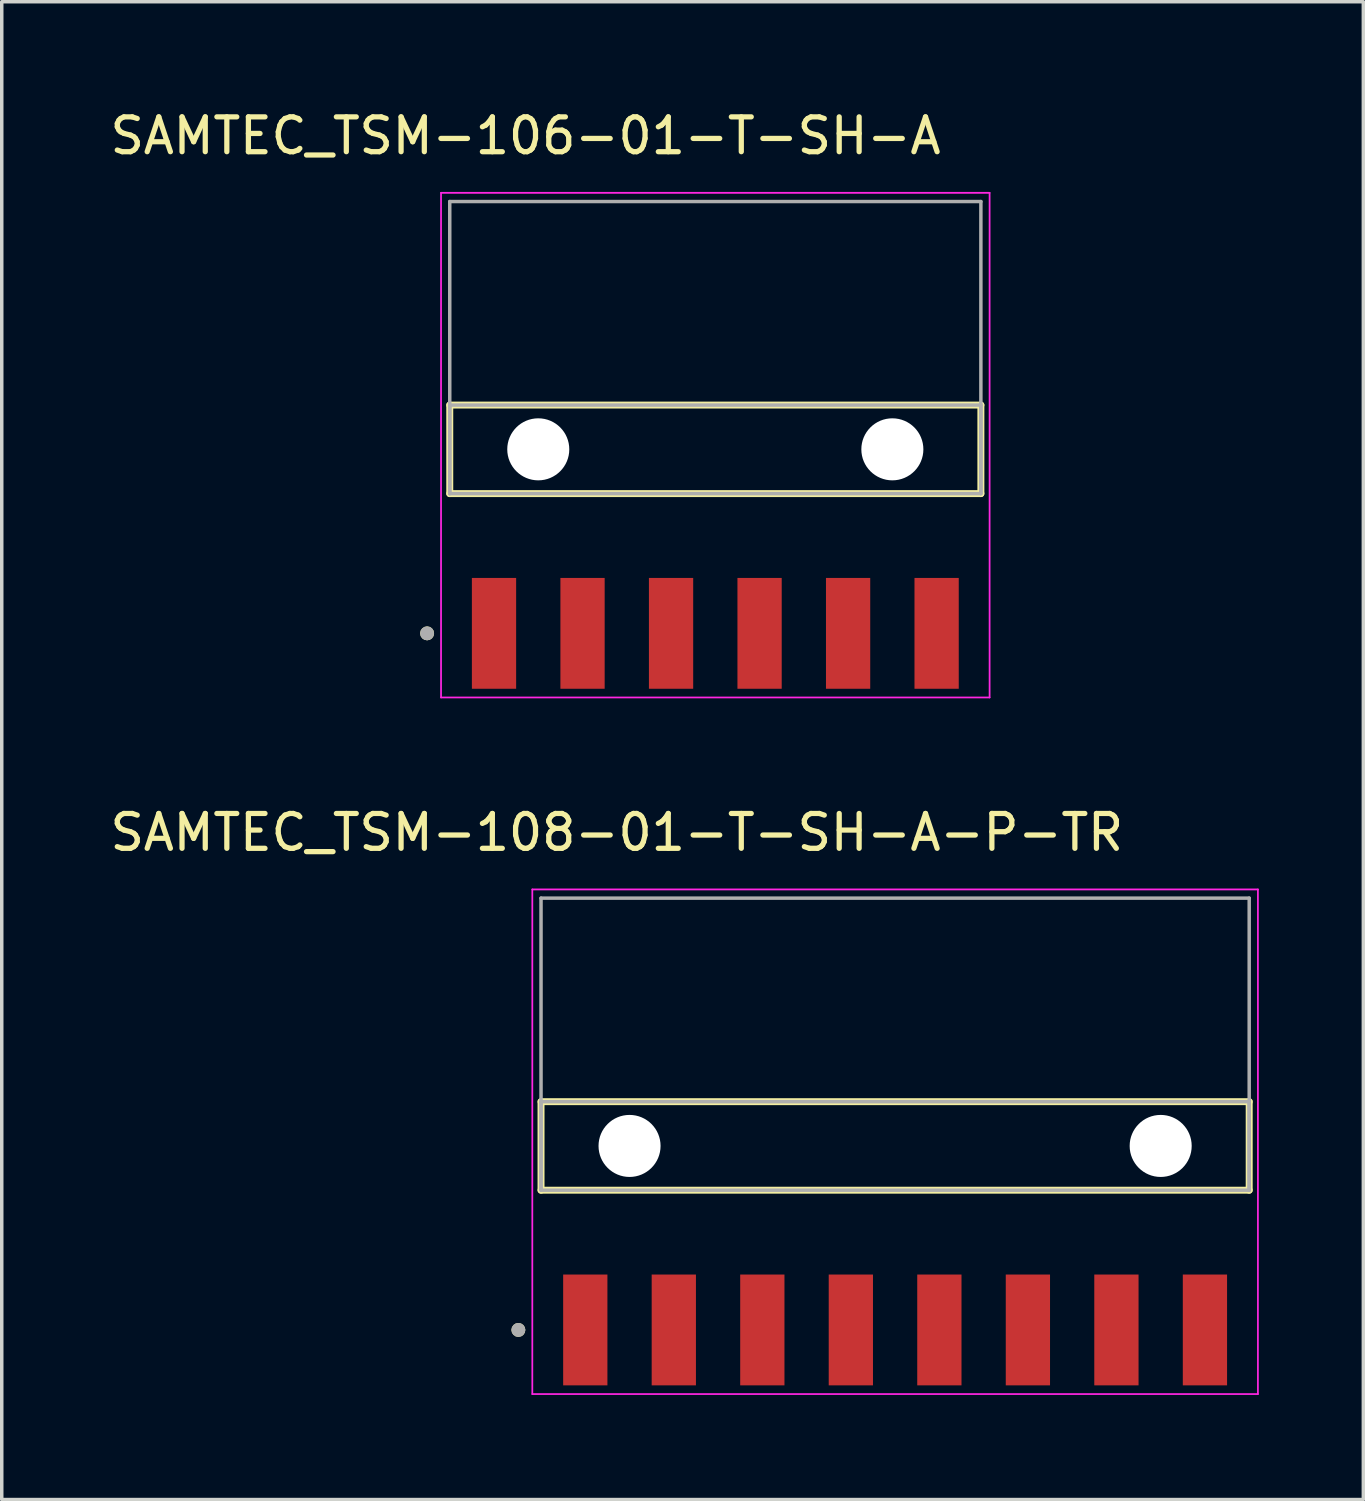
<source format=kicad_pcb>
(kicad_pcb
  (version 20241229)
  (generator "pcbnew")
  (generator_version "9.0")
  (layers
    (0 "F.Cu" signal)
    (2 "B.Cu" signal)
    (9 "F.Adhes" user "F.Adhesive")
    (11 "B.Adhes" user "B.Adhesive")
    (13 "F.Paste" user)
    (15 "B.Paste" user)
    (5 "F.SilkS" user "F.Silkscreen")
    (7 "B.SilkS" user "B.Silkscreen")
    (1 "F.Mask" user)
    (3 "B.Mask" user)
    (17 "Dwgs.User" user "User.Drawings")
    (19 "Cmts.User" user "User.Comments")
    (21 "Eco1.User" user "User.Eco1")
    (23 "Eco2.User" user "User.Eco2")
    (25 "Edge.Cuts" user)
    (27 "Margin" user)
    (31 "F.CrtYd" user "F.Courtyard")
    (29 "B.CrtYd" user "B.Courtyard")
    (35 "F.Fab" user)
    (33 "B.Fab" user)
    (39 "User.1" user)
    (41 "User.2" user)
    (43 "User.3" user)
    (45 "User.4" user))
  (footprint "SAMTEC_TSM-108-01-T-SH-A-P-TR"
    (layer "F.Cu")
    (at 22.634 29.831)
    (property "Reference" "SAMTEC_TSM-108-01-T-SH-A-P-TR" (at -7.985 -8.995 0) (layer "F.SilkS") (effects (font (size 1 1) (thickness 0.15))))
    (attr smd)
    (fp_line (start -10.16 1.27) (end -10.16 -1.27) (stroke (width 0.2) (type solid)) (layer "F.SilkS"))
    (fp_line (start 10.16 -1.27) (end -10.16 -1.27) (stroke (width 0.2) (type solid)) (layer "F.SilkS"))
    (fp_line (start 10.16 -1.27) (end 10.16 1.27) (stroke (width 0.2) (type solid)) (layer "F.SilkS"))
    (fp_line (start 10.16 1.27) (end -10.16 1.27) (stroke (width 0.2) (type solid)) (layer "F.SilkS"))
    (fp_circle (center -10.81 5.28) (end -10.71 5.28) (stroke (width 0.2) (type solid)) (fill no) (layer "F.SilkS"))
    (fp_line (start -10.41 -7.36) (end 10.41 -7.36) (stroke (width 0.05) (type solid)) (layer "F.CrtYd"))
    (fp_line (start -10.41 7.12) (end -10.41 -7.36) (stroke (width 0.05) (type solid)) (layer "F.CrtYd"))
    (fp_line (start 10.41 -7.36) (end 10.41 7.12) (stroke (width 0.05) (type solid)) (layer "F.CrtYd"))
    (fp_line (start 10.41 7.12) (end -10.41 7.12) (stroke (width 0.05) (type solid)) (layer "F.CrtYd"))
    (fp_line (start -10.16 -7.11) (end 10.16 -7.11) (stroke (width 0.1) (type solid)) (layer "F.Fab"))
    (fp_line (start -10.16 -1.27) (end 10.16 -1.27) (stroke (width 0.1) (type solid)) (layer "F.Fab"))
    (fp_line (start -10.16 1.27) (end -10.16 -7.11) (stroke (width 0.1) (type solid)) (layer "F.Fab"))
    (fp_line (start -10.16 1.27) (end -10.16 -1.27) (stroke (width 0.1) (type solid)) (layer "F.Fab"))
    (fp_line (start 10.16 -7.11) (end 10.16 1.27) (stroke (width 0.1) (type solid)) (layer "F.Fab"))
    (fp_line (start 10.16 -1.27) (end 10.16 1.27) (stroke (width 0.1) (type solid)) (layer "F.Fab"))
    (fp_line (start 10.16 1.27) (end -10.16 1.27) (stroke (width 0.1) (type solid)) (layer "F.Fab"))
    (fp_circle (center -10.81 5.28) (end -10.71 5.28) (stroke (width 0.2) (type solid)) (fill no) (layer "F.Fab"))
    (pad "" np_thru_hole circle (at -7.62 0) (size 1.78 1.78) (drill 1.78) (layers "*.Cu" "*.Mask"))
    (pad "" np_thru_hole circle (at 7.62 0) (size 1.78 1.78) (drill 1.78) (layers "*.Cu" "*.Mask"))
    (pad "1" smd rect (at -8.89 5.28) (size 1.27 3.18) (layers "F.Cu" "F.Mask" "F.Paste"))
    (pad "2" smd rect (at -6.35 5.28) (size 1.27 3.18) (layers "F.Cu" "F.Mask" "F.Paste"))
    (pad "3" smd rect (at -3.81 5.28) (size 1.27 3.18) (layers "F.Cu" "F.Mask" "F.Paste"))
    (pad "4" smd rect (at -1.27 5.28) (size 1.27 3.18) (layers "F.Cu" "F.Mask" "F.Paste"))
    (pad "5" smd rect (at 1.27 5.28) (size 1.27 3.18) (layers "F.Cu" "F.Mask" "F.Paste"))
    (pad "6" smd rect (at 3.81 5.28) (size 1.27 3.18) (layers "F.Cu" "F.Mask" "F.Paste"))
    (pad "7" smd rect (at 6.35 5.28) (size 1.27 3.18) (layers "F.Cu" "F.Mask" "F.Paste"))
    (pad "8" smd rect (at 8.89 5.28) (size 1.27 3.18) (layers "F.Cu" "F.Mask" "F.Paste")))
  (footprint "SAMTEC_TSM-106-01-T-SH-A"
    (layer "F.Cu")
    (at 17.475 9.843)
    (property "Reference" "SAMTEC_TSM-106-01-T-SH-A" (at -5.445 -8.995 0) (layer "F.SilkS") (effects (font (size 1 1) (thickness 0.15))))
    (attr through_hole)
    (fp_line (start -7.62 1.27) (end -7.62 -1.27) (stroke (width 0.2) (type solid)) (layer "F.SilkS"))
    (fp_line (start 7.62 -1.27) (end -7.62 -1.27) (stroke (width 0.2) (type solid)) (layer "F.SilkS"))
    (fp_line (start 7.62 -1.27) (end 7.62 1.27) (stroke (width 0.2) (type solid)) (layer "F.SilkS"))
    (fp_line (start 7.62 1.27) (end -7.62 1.27) (stroke (width 0.2) (type solid)) (layer "F.SilkS"))
    (fp_circle (center -8.27 5.28) (end -8.17 5.28) (stroke (width 0.2) (type solid)) (fill no) (layer "F.SilkS"))
    (fp_line (start -7.87 -7.36) (end 7.87 -7.36) (stroke (width 0.05) (type solid)) (layer "F.CrtYd"))
    (fp_line (start -7.87 7.12) (end -7.87 -7.36) (stroke (width 0.05) (type solid)) (layer "F.CrtYd"))
    (fp_line (start 7.87 -7.36) (end 7.87 7.12) (stroke (width 0.05) (type solid)) (layer "F.CrtYd"))
    (fp_line (start 7.87 7.12) (end -7.87 7.12) (stroke (width 0.05) (type solid)) (layer "F.CrtYd"))
    (fp_line (start -7.62 -7.11) (end 7.62 -7.11) (stroke (width 0.1) (type solid)) (layer "F.Fab"))
    (fp_line (start -7.62 -1.27) (end 7.62 -1.27) (stroke (width 0.1) (type solid)) (layer "F.Fab"))
    (fp_line (start -7.62 1.27) (end -7.62 -7.11) (stroke (width 0.1) (type solid)) (layer "F.Fab"))
    (fp_line (start -7.62 1.27) (end -7.62 -1.27) (stroke (width 0.1) (type solid)) (layer "F.Fab"))
    (fp_line (start 7.62 -7.11) (end 7.62 1.27) (stroke (width 0.1) (type solid)) (layer "F.Fab"))
    (fp_line (start 7.62 -1.27) (end 7.62 1.27) (stroke (width 0.1) (type solid)) (layer "F.Fab"))
    (fp_line (start 7.62 1.27) (end -7.62 1.27) (stroke (width 0.1) (type solid)) (layer "F.Fab"))
    (fp_circle (center -8.27 5.28) (end -8.17 5.28) (stroke (width 0.2) (type solid)) (fill no) (layer "F.Fab"))
    (pad "" np_thru_hole circle (at -5.08 0) (size 1.78 1.78) (drill 1.78) (layers "*.Cu" "*.Mask"))
    (pad "" np_thru_hole circle (at 5.08 0) (size 1.78 1.78) (drill 1.78) (layers "*.Cu" "*.Mask"))
    (pad "1" smd rect (at -6.35 5.28) (size 1.27 3.18) (layers "F.Cu" "F.Mask" "F.Paste"))
    (pad "2" smd rect (at -3.81 5.28) (size 1.27 3.18) (layers "F.Cu" "F.Mask" "F.Paste"))
    (pad "3" smd rect (at -1.27 5.28) (size 1.27 3.18) (layers "F.Cu" "F.Mask" "F.Paste"))
    (pad "4" smd rect (at 1.27 5.28) (size 1.27 3.18) (layers "F.Cu" "F.Mask" "F.Paste"))
    (pad "5" smd rect (at 3.81 5.28) (size 1.27 3.18) (layers "F.Cu" "F.Mask" "F.Paste"))
    (pad "6" smd rect (at 6.35 5.28) (size 1.27 3.18) (layers "F.Cu" "F.Mask" "F.Paste")))
  (gr_rect
    (start -3 -3)
    (end 36.069 39.977)
    (stroke (width 0.1) (type default))
    (fill no)
    (layer "Edge.Cuts")))
</source>
